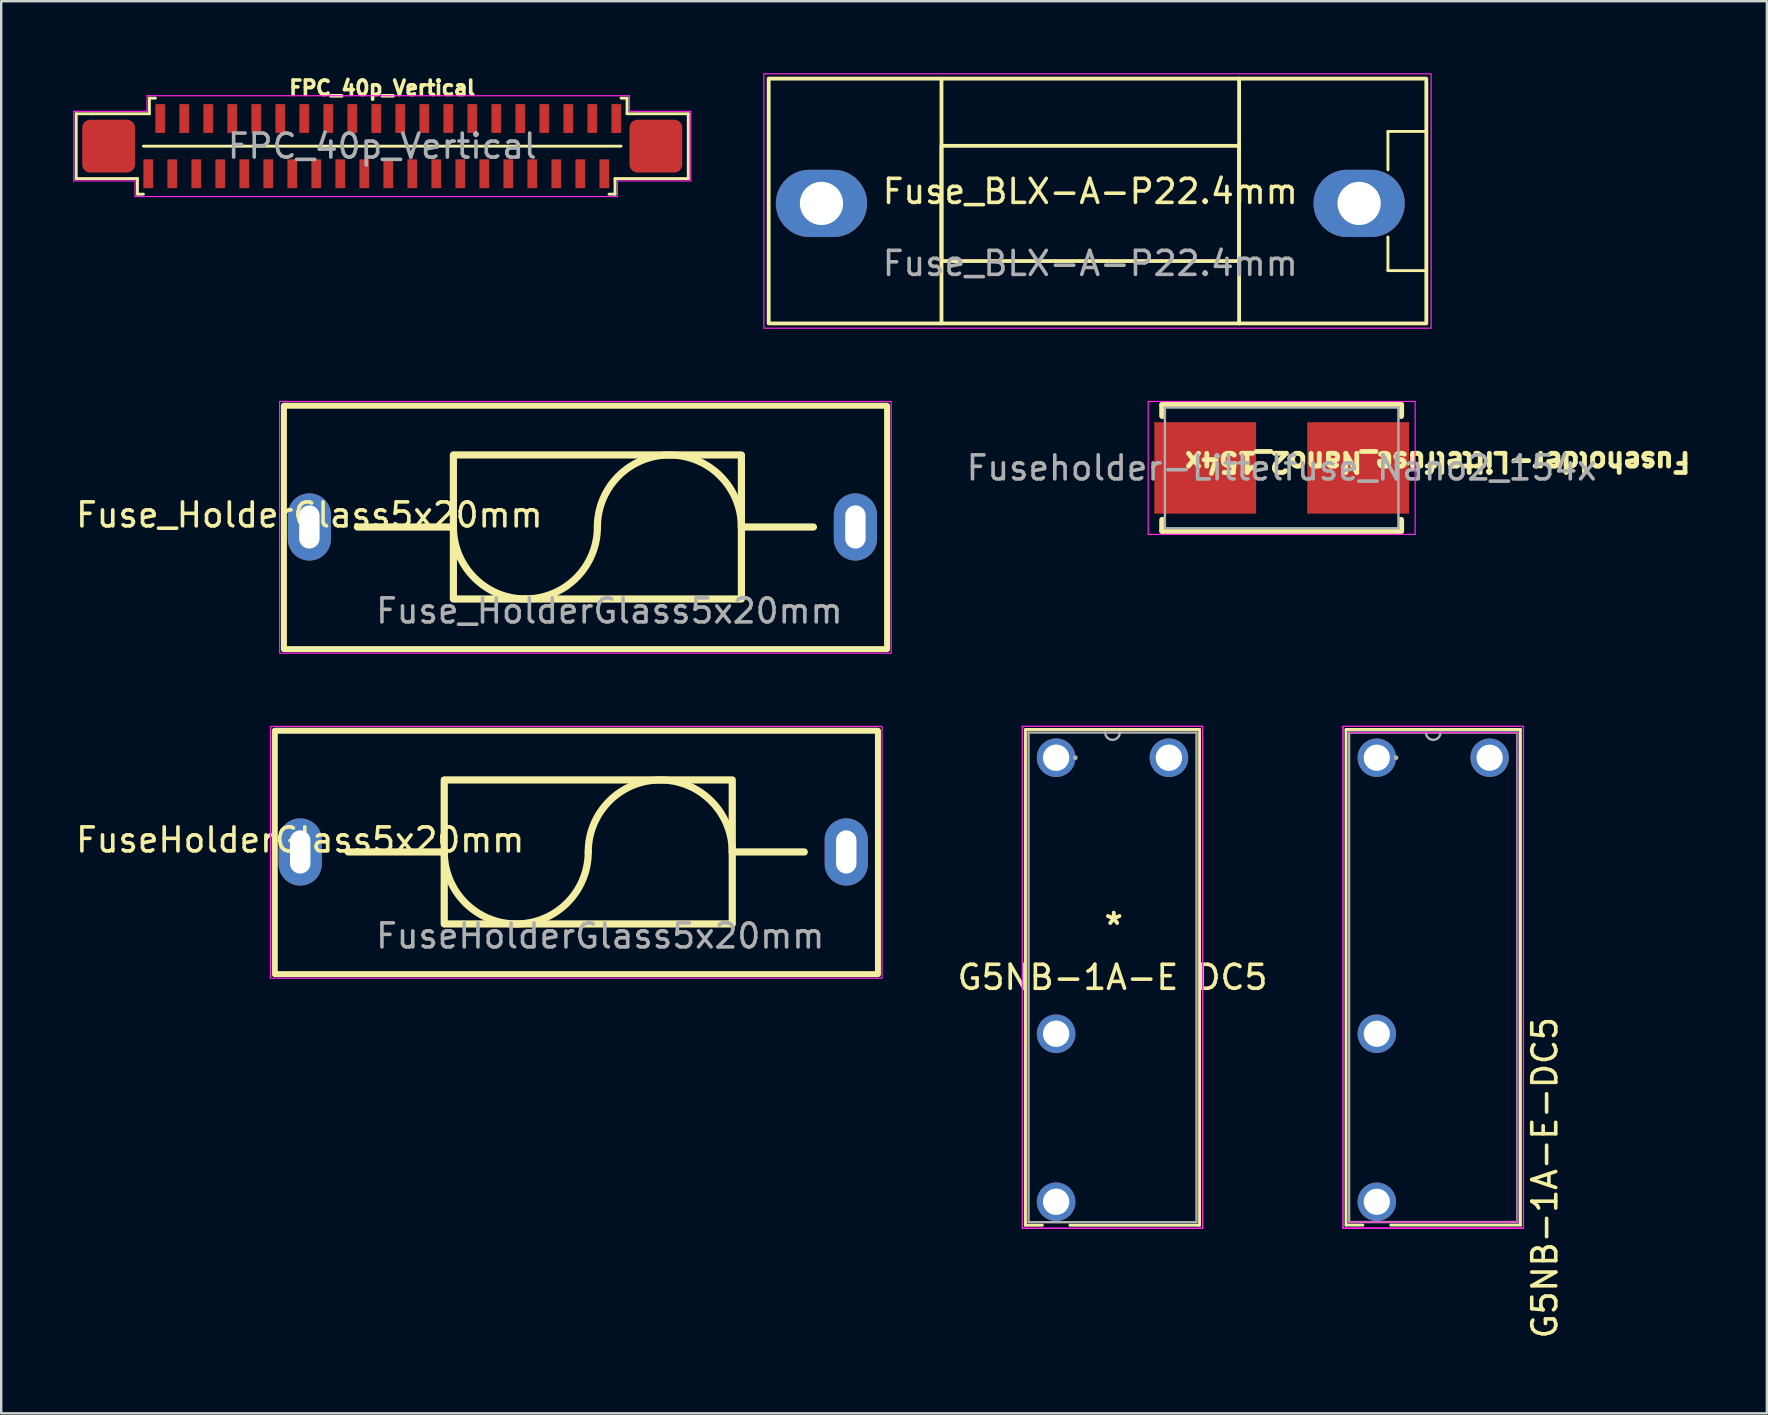
<source format=kicad_pcb>
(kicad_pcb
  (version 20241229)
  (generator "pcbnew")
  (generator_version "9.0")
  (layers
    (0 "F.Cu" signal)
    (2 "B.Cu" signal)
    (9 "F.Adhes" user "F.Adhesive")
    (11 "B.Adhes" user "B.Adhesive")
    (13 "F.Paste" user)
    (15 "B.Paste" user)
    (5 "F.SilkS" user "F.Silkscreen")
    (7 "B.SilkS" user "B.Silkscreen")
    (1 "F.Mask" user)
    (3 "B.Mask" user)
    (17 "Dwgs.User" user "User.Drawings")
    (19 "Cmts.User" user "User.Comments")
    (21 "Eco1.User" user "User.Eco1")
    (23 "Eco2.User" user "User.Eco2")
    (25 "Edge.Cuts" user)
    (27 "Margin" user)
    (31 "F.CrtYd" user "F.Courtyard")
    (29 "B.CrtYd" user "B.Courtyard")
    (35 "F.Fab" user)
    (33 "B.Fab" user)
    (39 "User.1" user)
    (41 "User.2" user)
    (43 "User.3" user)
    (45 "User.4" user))
  (footprint "Fuse_HolderGlass5x20mm"
    (layer "F.Cu")
    (at 9.839 18.905)
    (property "Reference" "Fuse_HolderGlass5x20mm" (at 0 -0.5 0) (unlocked yes) (layer "F.SilkS") (effects (font (size 1 1) (thickness 0.15))))
    (attr through_hole)
    (fp_line (start 6 0) (end 2 0) (stroke (width 0.3) (type solid)) (layer "F.SilkS"))
    (fp_line (start 18 0) (end 21 0) (stroke (width 0.3) (type solid)) (layer "F.SilkS"))
    (fp_rect (start -1.06 -5.05) (end 24.07 5.09) (stroke (width 0.25) (type solid)) (fill no) (layer "F.SilkS"))
    (fp_rect (start 6 -3) (end 18 3) (stroke (width 0.3) (type solid)) (fill no) (layer "F.SilkS"))
    (fp_arc (start 12 0) (mid 9 3) (end 6 0) (stroke (width 0.3) (type solid)) (layer "F.SilkS"))
    (fp_arc (start 12 0) (mid 15 -3) (end 18 0) (stroke (width 0.3) (type solid)) (layer "F.SilkS"))
    (fp_rect (start -1.24 -5.23) (end 24.24 5.26) (stroke (width 0.05) (type solid)) (fill no) (layer "F.CrtYd"))
    (fp_text user "${REFERENCE}" (at 12.5 3.5 0) (unlocked yes) (layer "F.Fab") (effects (font (size 1 1) (thickness 0.15))))
    (pad "1" thru_hole oval (at 0 0) (size 1.8 2.8) (drill oval 0.85 1.8) (layers "*.Cu" "*.Mask"))
    (pad "2" thru_hole oval (at 22.75 0) (size 1.8 2.8) (drill oval 0.85 1.8) (layers "*.Cu" "*.Mask")))
  (footprint "Fuse_BLX-A-P22.4mm"
    (layer "F.Cu")
    (at 42.375 5.425)
    (property "Reference" "Fuse_BLX-A-P22.4mm" (at 0 -0.5 0) (unlocked yes) (layer "F.SilkS") (effects (font (size 1 1) (thickness 0.15))))
    (attr through_hole)
    (fp_line (start -6.2 -5.2) (end -6.2 5) (stroke (width 0.159) (type solid)) (layer "F.SilkS"))
    (fp_line (start 6.2 -5.2) (end 6.2 5) (stroke (width 0.159) (type solid)) (layer "F.SilkS"))
    (fp_line (start 12.4 -3) (end 12.4 -1.4) (stroke (width 0.12) (type solid)) (layer "F.SilkS"))
    (fp_line (start 12.4 2.8) (end 12.4 1.4) (stroke (width 0.12) (type solid)) (layer "F.SilkS"))
    (fp_line (start 14 -3) (end 12.4 -3) (stroke (width 0.12) (type solid)) (layer "F.SilkS"))
    (fp_line (start 14 2.8) (end 12.4 2.8) (stroke (width 0.12) (type solid)) (layer "F.SilkS"))
    (fp_rect (start -13.4 -5.2) (end 14 5) (stroke (width 0.159) (type solid)) (fill no) (layer "F.SilkS"))
    (fp_rect (start -6.2 -2.4) (end 6.2 2.4) (stroke (width 0.159) (type solid)) (fill no) (layer "F.SilkS"))
    (fp_rect (start -13.6 -5.4) (end 14.2 5.2) (stroke (width 0.05) (type solid)) (fill no) (layer "F.CrtYd"))
    (fp_text user "${REFERENCE}" (at 0 2.5 0) (unlocked yes) (layer "F.Fab") (effects (font (size 1 1) (thickness 0.15))))
    (pad "1" thru_hole oval (at -11.2 0) (size 3.8 2.8) (drill 1.8) (layers "*.Cu" "*.Mask"))
    (pad "2" thru_hole oval (at 11.2 0) (size 3.8 2.8) (drill 1.8) (layers "*.Cu" "*.Mask")))
  (footprint "FuseHolderGlass5x20mm"
    (layer "F.Cu")
    (at 9.458 32.445)
    (property "Reference" "FuseHolderGlass5x20mm" (at 0 -0.5 0) (unlocked yes) (layer "F.SilkS") (effects (font (size 1 1) (thickness 0.15))))
    (attr through_hole)
    (fp_line (start 6 0) (end 2 0) (stroke (width 0.3) (type solid)) (layer "F.SilkS"))
    (fp_line (start 18 0) (end 21 0) (stroke (width 0.3) (type solid)) (layer "F.SilkS"))
    (fp_rect (start -1.06 -5.05) (end 24.07 5.09) (stroke (width 0.25) (type solid)) (fill no) (layer "F.SilkS"))
    (fp_rect (start 6 -3) (end 18 3) (stroke (width 0.3) (type solid)) (fill no) (layer "F.SilkS"))
    (fp_arc (start 12 0) (mid 9 3) (end 6 0) (stroke (width 0.3) (type solid)) (layer "F.SilkS"))
    (fp_arc (start 12 0) (mid 15 -3) (end 18 0) (stroke (width 0.3) (type solid)) (layer "F.SilkS"))
    (fp_rect (start -1.24 -5.23) (end 24.24 5.26) (stroke (width 0.05) (type solid)) (fill no) (layer "F.CrtYd"))
    (fp_text user "${REFERENCE}" (at 12.5 3.5 0) (unlocked yes) (layer "F.Fab") (effects (font (size 1 1) (thickness 0.15))))
    (pad "1" thru_hole oval (at 0 0) (size 1.8 2.8) (drill oval 0.85 1.8) (layers "*.Cu" "*.Mask"))
    (pad "2" thru_hole oval (at 22.75 0) (size 1.8 2.8) (drill oval 0.85 1.8) (layers "*.Cu" "*.Mask")))
  (footprint "FPC_40p_Vertical"
    (layer "F.Cu")
    (at 12.875 3.039)
    (property "Reference" "FPC_40p_Vertical" (at 0 -2.425 0) (unlocked yes) (layer "F.SilkS") (effects (font (size 0.6 0.6) (thickness 0.15))))
    (attr smd)
    (fp_line (start -12.75 -1.35) (end -9.7 -1.35) (stroke (width 0.12) (type solid)) (layer "F.SilkS"))
    (fp_line (start -12.75 1.35) (end -12.75 -1.35) (stroke (width 0.12) (type solid)) (layer "F.SilkS"))
    (fp_line (start -10.2 1.35) (end -12.75 1.35) (stroke (width 0.12) (type solid)) (layer "F.SilkS"))
    (fp_line (start -10.2 2) (end -10.2 1.35) (stroke (width 0.12) (type solid)) (layer "F.SilkS"))
    (fp_line (start -10.2 2) (end -9.95 2) (stroke (width 0.12) (type solid)) (layer "F.SilkS"))
    (fp_line (start -9.95 0) (end 9.95 0) (stroke (width 0.12) (type solid)) (layer "F.SilkS"))
    (fp_line (start -9.7 -2) (end -9.45 -2) (stroke (width 0.12) (type solid)) (layer "F.SilkS"))
    (fp_line (start -9.7 -1.35) (end -9.7 -2) (stroke (width 0.12) (type solid)) (layer "F.SilkS"))
    (fp_line (start 9.7 1.35) (end 12.75 1.35) (stroke (width 0.12) (type solid)) (layer "F.SilkS"))
    (fp_line (start 9.7 1.4) (end 9.7 1.35) (stroke (width 0.12) (type solid)) (layer "F.SilkS"))
    (fp_line (start 9.7 2) (end 9.45 2) (stroke (width 0.12) (type solid)) (layer "F.SilkS"))
    (fp_line (start 9.7 2) (end 9.7 1.4) (stroke (width 0.12) (type solid)) (layer "F.SilkS"))
    (fp_line (start 10.2 -2) (end 9.95 -2) (stroke (width 0.12) (type solid)) (layer "F.SilkS"))
    (fp_line (start 10.2 -1.35) (end 10.2 -2) (stroke (width 0.12) (type solid)) (layer "F.SilkS"))
    (fp_line (start 12.75 -1.35) (end 10.2 -1.35) (stroke (width 0.12) (type solid)) (layer "F.SilkS"))
    (fp_line (start 12.75 1.35) (end 12.75 -1.35) (stroke (width 0.12) (type solid)) (layer "F.SilkS"))
    (fp_line (start -12.85 -1.45) (end -9.8 -1.45) (stroke (width 0.05) (type solid)) (layer "F.CrtYd"))
    (fp_line (start -12.85 1.45) (end -12.85 -1.45) (stroke (width 0.05) (type solid)) (layer "F.CrtYd"))
    (fp_line (start -10.3 1.45) (end -12.85 1.45) (stroke (width 0.05) (type solid)) (layer "F.CrtYd"))
    (fp_line (start -10.3 2.1) (end -10.3 1.45) (stroke (width 0.05) (type solid)) (layer "F.CrtYd"))
    (fp_line (start -9.8 -2.1) (end 10.3 -2.1) (stroke (width 0.05) (type solid)) (layer "F.CrtYd"))
    (fp_line (start -9.8 -1.45) (end -9.8 -2.1) (stroke (width 0.05) (type solid)) (layer "F.CrtYd"))
    (fp_line (start 9.8 1.45) (end 9.8 2.1) (stroke (width 0.05) (type solid)) (layer "F.CrtYd"))
    (fp_line (start 9.8 2.1) (end -10.3 2.1) (stroke (width 0.05) (type solid)) (layer "F.CrtYd"))
    (fp_line (start 10.3 -2.1) (end 10.3 -1.45) (stroke (width 0.05) (type solid)) (layer "F.CrtYd"))
    (fp_line (start 10.3 -1.45) (end 12.85 -1.45) (stroke (width 0.05) (type solid)) (layer "F.CrtYd"))
    (fp_line (start 12.85 -1.45) (end 12.85 1.45) (stroke (width 0.05) (type solid)) (layer "F.CrtYd"))
    (fp_line (start 12.85 1.45) (end 9.8 1.45) (stroke (width 0.05) (type solid)) (layer "F.CrtYd"))
    (fp_text user "${REFERENCE}" (at 0 0 0) (unlocked yes) (layer "F.Fab") (effects (font (size 1 1) (thickness 0.15))))
    (pad "1" smd rect (at -9.75 1.15 90) (size 1.2 0.4) (layers "F.Cu" "F.Mask" "F.Paste"))
    (pad "2" smd rect (at -9.25 -1.15 90) (size 1.2 0.4) (layers "F.Cu" "F.Mask" "F.Paste"))
    (pad "3" smd rect (at -8.75 1.15 90) (size 1.2 0.4) (layers "F.Cu" "F.Mask" "F.Paste"))
    (pad "4" smd rect (at -8.25 -1.15 90) (size 1.2 0.4) (layers "F.Cu" "F.Mask" "F.Paste"))
    (pad "5" smd rect (at -7.75 1.15 90) (size 1.2 0.4) (layers "F.Cu" "F.Mask" "F.Paste"))
    (pad "6" smd rect (at -7.25 -1.15 90) (size 1.2 0.4) (layers "F.Cu" "F.Mask" "F.Paste"))
    (pad "7" smd rect (at -6.75 1.15 90) (size 1.2 0.4) (layers "F.Cu" "F.Mask" "F.Paste"))
    (pad "8" smd rect (at -6.25 -1.15 90) (size 1.2 0.4) (layers "F.Cu" "F.Mask" "F.Paste"))
    (pad "9" smd rect (at -5.75 1.15 90) (size 1.2 0.4) (layers "F.Cu" "F.Mask" "F.Paste"))
    (pad "10" smd rect (at -5.25 -1.15 90) (size 1.2 0.4) (layers "F.Cu" "F.Mask" "F.Paste"))
    (pad "11" smd rect (at -4.75 1.15 90) (size 1.2 0.4) (layers "F.Cu" "F.Mask" "F.Paste"))
    (pad "12" smd rect (at -4.25 -1.15 90) (size 1.2 0.4) (layers "F.Cu" "F.Mask" "F.Paste"))
    (pad "13" smd rect (at -3.75 1.15 90) (size 1.2 0.4) (layers "F.Cu" "F.Mask" "F.Paste"))
    (pad "14" smd rect (at -3.25 -1.15 90) (size 1.2 0.4) (layers "F.Cu" "F.Mask" "F.Paste"))
    (pad "15" smd rect (at -2.75 1.15 90) (size 1.2 0.4) (layers "F.Cu" "F.Mask" "F.Paste"))
    (pad "16" smd rect (at -2.25 -1.15 90) (size 1.2 0.4) (layers "F.Cu" "F.Mask" "F.Paste"))
    (pad "17" smd rect (at -1.75 1.15 90) (size 1.2 0.4) (layers "F.Cu" "F.Mask" "F.Paste"))
    (pad "18" smd rect (at -1.25 -1.15 90) (size 1.2 0.4) (layers "F.Cu" "F.Mask" "F.Paste"))
    (pad "19" smd rect (at -0.75 1.15 90) (size 1.2 0.4) (layers "F.Cu" "F.Mask" "F.Paste"))
    (pad "20" smd rect (at -0.25 -1.15 90) (size 1.2 0.4) (layers "F.Cu" "F.Mask" "F.Paste"))
    (pad "21" smd rect (at 0.25 1.15 90) (size 1.2 0.4) (layers "F.Cu" "F.Mask" "F.Paste"))
    (pad "22" smd rect (at 0.75 -1.15 90) (size 1.2 0.4) (layers "F.Cu" "F.Mask" "F.Paste"))
    (pad "23" smd rect (at 1.25 1.15 90) (size 1.2 0.4) (layers "F.Cu" "F.Mask" "F.Paste"))
    (pad "24" smd rect (at 1.75 -1.15 90) (size 1.2 0.4) (layers "F.Cu" "F.Mask" "F.Paste"))
    (pad "25" smd rect (at 2.25 1.15 90) (size 1.2 0.4) (layers "F.Cu" "F.Mask" "F.Paste"))
    (pad "26" smd rect (at 2.75 -1.15 90) (size 1.2 0.4) (layers "F.Cu" "F.Mask" "F.Paste"))
    (pad "27" smd rect (at 3.25 1.15 90) (size 1.2 0.4) (layers "F.Cu" "F.Mask" "F.Paste"))
    (pad "28" smd rect (at 3.75 -1.15 90) (size 1.2 0.4) (layers "F.Cu" "F.Mask" "F.Paste"))
    (pad "29" smd rect (at 4.25 1.15 90) (size 1.2 0.4) (layers "F.Cu" "F.Mask" "F.Paste"))
    (pad "30" smd rect (at 4.75 -1.15 90) (size 1.2 0.4) (layers "F.Cu" "F.Mask" "F.Paste"))
    (pad "31" smd rect (at 5.25 1.15 90) (size 1.2 0.4) (layers "F.Cu" "F.Mask" "F.Paste"))
    (pad "32" smd rect (at 5.75 -1.15 90) (size 1.2 0.4) (layers "F.Cu" "F.Mask" "F.Paste"))
    (pad "33" smd rect (at 6.25 1.15 90) (size 1.2 0.4) (layers "F.Cu" "F.Mask" "F.Paste"))
    (pad "34" smd rect (at 6.75 -1.15 90) (size 1.2 0.4) (layers "F.Cu" "F.Mask" "F.Paste"))
    (pad "35" smd rect (at 7.25 1.15 90) (size 1.2 0.4) (layers "F.Cu" "F.Mask" "F.Paste"))
    (pad "36" smd rect (at 7.75 -1.15 90) (size 1.2 0.4) (layers "F.Cu" "F.Mask" "F.Paste"))
    (pad "37" smd rect (at 8.25 1.15 90) (size 1.2 0.4) (layers "F.Cu" "F.Mask" "F.Paste"))
    (pad "38" smd rect (at 8.75 -1.15 90) (size 1.2 0.4) (layers "F.Cu" "F.Mask" "F.Paste"))
    (pad "39" smd rect (at 9.25 1.15 90) (size 1.2 0.4) (layers "F.Cu" "F.Mask" "F.Paste"))
    (pad "40" smd rect (at 9.75 -1.15 90) (size 1.2 0.4) (layers "F.Cu" "F.Mask" "F.Paste"))
    (pad "41" smd roundrect (at -11.4 0 90) (size 2.2 2.2) (layers "F.Cu" "F.Mask" "F.Paste") (roundrect_rratio 0.15))
    (pad "42" smd roundrect (at 11.4 0 90) (size 2.2 2.2) (layers "F.Cu" "F.Mask" "F.Paste") (roundrect_rratio 0.15)))
  (footprint "G5NB-1A-E-DC5"
    (layer "F.Cu")
    (at 56.812 38.019)
    (property "Reference" "G5NB-1A-E-DC5" (at 4.5 8 270) (layer "F.SilkS") (effects (font (size 1 1) (thickness 0.15))))
    (attr through_hole)
    (fp_line (start -3.782 -10.677) (end -3.782 9.973) (stroke (width 0.12) (type solid)) (layer "F.SilkS"))
    (fp_line (start -3.782 9.973) (end -3.08 9.973) (stroke (width 0.12) (type solid)) (layer "F.SilkS"))
    (fp_line (start -1.92 9.973) (end 3.482 9.973) (stroke (width 0.12) (type solid)) (layer "F.SilkS"))
    (fp_line (start 3.482 -10.677) (end -3.782 -10.677) (stroke (width 0.12) (type solid)) (layer "F.SilkS"))
    (fp_line (start 3.482 9.973) (end 3.482 -10.677) (stroke (width 0.12) (type solid)) (layer "F.SilkS"))
    (fp_line (start -3.909 -10.804) (end 3.609 -10.804) (stroke (width 0.05) (type solid)) (layer "F.CrtYd"))
    (fp_line (start -3.909 -10.804) (end 3.609 -10.804) (stroke (width 0.05) (type solid)) (layer "F.CrtYd"))
    (fp_line (start -3.909 10.1) (end -3.909 -10.804) (stroke (width 0.05) (type solid)) (layer "F.CrtYd"))
    (fp_line (start -3.909 10.1) (end -3.909 -10.804) (stroke (width 0.05) (type solid)) (layer "F.CrtYd"))
    (fp_line (start -3.655 -10.55) (end 3.355 -10.55) (stroke (width 0.05) (type solid)) (layer "F.CrtYd"))
    (fp_line (start 3.355 -10.55) (end 3.355 9.846) (stroke (width 0.05) (type solid)) (layer "F.CrtYd"))
    (fp_line (start 3.355 9.846) (end -3.655 9.846) (stroke (width 0.05) (type solid)) (layer "F.CrtYd"))
    (fp_line (start 3.609 -10.804) (end 3.609 10.1) (stroke (width 0.05) (type solid)) (layer "F.CrtYd"))
    (fp_line (start 3.609 -10.804) (end 3.609 10.1) (stroke (width 0.05) (type solid)) (layer "F.CrtYd"))
    (fp_line (start 3.609 10.1) (end -3.909 10.1) (stroke (width 0.05) (type solid)) (layer "F.CrtYd"))
    (fp_line (start 3.609 10.1) (end -3.909 10.1) (stroke (width 0.05) (type solid)) (layer "F.CrtYd"))
    (fp_line (start -3.655 -10.55) (end -3.655 9.846) (stroke (width 0.1) (type solid)) (layer "F.Fab"))
    (fp_line (start -3.655 9.846) (end 3.355 9.846) (stroke (width 0.1) (type solid)) (layer "F.Fab"))
    (fp_line (start 3.355 -10.55) (end -3.655 -10.55) (stroke (width 0.1) (type solid)) (layer "F.Fab"))
    (fp_line (start 3.355 9.846) (end 3.355 -10.55) (stroke (width 0.1) (type solid)) (layer "F.Fab"))
    (fp_arc (start 0.1548 -10.55) (mid -0.15 -10.2452) (end -0.4548 -10.55) (stroke (width 0.1) (type solid)) (layer "F.Fab"))
    (fp_circle (center -1.7 -9.5) (end -1.7 -9.5) (stroke (width 0.1) (type solid)) (fill no) (layer "F.Fab"))
    (pad "1" thru_hole circle (at -2.5 -9.5) (size 1.6 1.6) (drill 1.092) (layers "*.Cu" "*.Mask"))
    (pad "2" thru_hole circle (at -2.5 2) (size 1.6 1.6) (drill 1.092) (layers "*.Cu" "*.Mask"))
    (pad "3" thru_hole circle (at -2.5 9) (size 1.6 1.6) (drill 1.092) (layers "*.Cu" "*.Mask"))
    (pad "4" thru_hole circle (at 2.2 -9.5) (size 1.6 1.6) (drill 1.092) (layers "*.Cu" "*.Mask")))
  (footprint "Fuseholder-Littelfuse_Nano2_154x"
    (layer "F.Cu")
    (at 50.348 16.445)
    (property "Reference" "Fuseholder-Littelfuse_Nano2_154x" (at 6.5 -0.25 180) (unlocked yes) (layer "F.SilkS") (effects (font (size 0.8 0.8) (thickness 0.3))))
    (attr smd)
    (fp_line (start -4.975 -2.625) (end -4.975 -2.165) (stroke (width 0.25) (type solid)) (layer "F.SilkS"))
    (fp_line (start -4.975 -2.625) (end 4.975 -2.625) (stroke (width 0.25) (type solid)) (layer "F.SilkS"))
    (fp_line (start -4.975 2.165) (end -4.975 2.625) (stroke (width 0.25) (type solid)) (layer "F.SilkS"))
    (fp_line (start -4.975 2.625) (end 4.975 2.625) (stroke (width 0.25) (type solid)) (layer "F.SilkS"))
    (fp_line (start 4.975 -2.625) (end 4.975 -2.165) (stroke (width 0.25) (type solid)) (layer "F.SilkS"))
    (fp_line (start 4.975 2.625) (end 4.975 2.165) (stroke (width 0.25) (type solid)) (layer "F.SilkS"))
    (fp_line (start -5.56 -2.77) (end -5.56 2.77) (stroke (width 0.05) (type solid)) (layer "F.CrtYd"))
    (fp_line (start -5.56 -2.77) (end 5.56 -2.77) (stroke (width 0.05) (type solid)) (layer "F.CrtYd"))
    (fp_line (start -5.56 2.77) (end 5.56 2.77) (stroke (width 0.05) (type solid)) (layer "F.CrtYd"))
    (fp_line (start 5.56 -2.77) (end 5.56 2.77) (stroke (width 0.05) (type solid)) (layer "F.CrtYd"))
    (fp_line (start -4.865 -2.515) (end -4.865 2.515) (stroke (width 0.1) (type solid)) (layer "F.Fab"))
    (fp_line (start -4.865 -2.515) (end 4.865 -2.515) (stroke (width 0.1) (type solid)) (layer "F.Fab"))
    (fp_line (start -4.865 2.515) (end 4.865 2.515) (stroke (width 0.1) (type solid)) (layer "F.Fab"))
    (fp_line (start 4.865 2.515) (end 4.865 -2.515) (stroke (width 0.1) (type solid)) (layer "F.Fab"))
    (fp_text user "${REFERENCE}" (at 0 0 180) (layer "F.Fab") (effects (font (size 1 1) (thickness 0.15))))
    (pad "1" smd rect (at -3.185 0) (size 4.24 3.81) (layers "F.Cu" "F.Mask" "F.Paste"))
    (pad "2" smd rect (at 3.185 0) (size 4.24 3.81) (layers "F.Cu" "F.Mask" "F.Paste")))
  (footprint "G5NB-1A-E DC5"
    (layer "F.Cu")
    (at 45.651 46.819)
    (property "Reference" "G5NB-1A-E DC5" (at -2.35 -9.15 0) (layer "F.SilkS") (effects (font (size 1 1) (thickness 0.15))))
    (attr through_hole)
    (fp_line (start -5.977 -19.477) (end -5.977 1.177) (stroke (width 0.12) (type solid)) (layer "F.SilkS"))
    (fp_line (start -5.977 1.177) (end -5.273 1.177) (stroke (width 0.12) (type solid)) (layer "F.SilkS"))
    (fp_line (start -4.127 1.177) (end 1.277 1.177) (stroke (width 0.12) (type solid)) (layer "F.SilkS"))
    (fp_line (start 1.277 -19.477) (end -5.977 -19.477) (stroke (width 0.12) (type solid)) (layer "F.SilkS"))
    (fp_line (start 1.277 1.177) (end 1.277 -19.477) (stroke (width 0.12) (type solid)) (layer "F.SilkS"))
    (fp_line (start -6.104 -19.604) (end 1.404 -19.604) (stroke (width 0.05) (type solid)) (layer "F.CrtYd"))
    (fp_line (start -6.104 -19.604) (end 1.404 -19.604) (stroke (width 0.05) (type solid)) (layer "F.CrtYd"))
    (fp_line (start -6.104 1.304) (end -6.104 -19.604) (stroke (width 0.05) (type solid)) (layer "F.CrtYd"))
    (fp_line (start -6.104 1.304) (end -6.104 -19.604) (stroke (width 0.05) (type solid)) (layer "F.CrtYd"))
    (fp_line (start 1.404 -19.604) (end 1.404 1.304) (stroke (width 0.05) (type solid)) (layer "F.CrtYd"))
    (fp_line (start 1.404 -19.604) (end 1.404 1.304) (stroke (width 0.05) (type solid)) (layer "F.CrtYd"))
    (fp_line (start 1.404 1.304) (end -6.104 1.304) (stroke (width 0.05) (type solid)) (layer "F.CrtYd"))
    (fp_line (start 1.404 1.304) (end -6.104 1.304) (stroke (width 0.05) (type solid)) (layer "F.CrtYd"))
    (fp_line (start -5.85 -19.35) (end -5.85 1.05) (stroke (width 0.1) (type solid)) (layer "F.Fab"))
    (fp_line (start -5.85 1.05) (end 1.15 1.05) (stroke (width 0.1) (type solid)) (layer "F.Fab"))
    (fp_line (start 1.15 -19.35) (end -5.85 -19.35) (stroke (width 0.1) (type solid)) (layer "F.Fab"))
    (fp_line (start 1.15 1.05) (end 1.15 -19.35) (stroke (width 0.1) (type solid)) (layer "F.Fab"))
    (fp_arc (start -2.0452 -19.35) (mid -2.35 -19.0452) (end -2.6548 -19.35) (stroke (width 0.1) (type solid)) (layer "F.Fab"))
    (fp_circle (center -3.9 -18.3) (end -3.9 -18.3) (stroke (width 0.1) (type solid)) (fill no) (layer "F.Fab"))
    (fp_text user "*" (at -2.3 -11.3 0) (layer "F.SilkS") (effects (font (size 1 1) (thickness 0.15))))
    (fp_text user "*" (at -2.3 -11.3 0) (layer "F.SilkS") (effects (font (size 1 1) (thickness 0.15))))
    (fp_text user "Copyright 2021 Accelerated Designs. All rights reserved." (at 0 0 0) (layer "Cmts.User") (effects (font (size 0.127 0.127) (thickness 0.002))))
    (pad "1" thru_hole circle (at -4.7 -18.3) (size 1.608 1.608) (drill 1.1) (layers "*.Cu" "*.Mask"))
    (pad "2" thru_hole circle (at -4.7 -6.8) (size 1.608 1.608) (drill 1.1) (layers "*.Cu" "*.Mask"))
    (pad "3" thru_hole circle (at -4.7 0.2) (size 1.608 1.608) (drill 1.1) (layers "*.Cu" "*.Mask"))
    (pad "4" thru_hole circle (at 0 -18.3) (size 1.608 1.608) (drill 1.1) (layers "*.Cu" "*.Mask")))
  (gr_rect
    (start -3 -3)
    (end 70.564 55.834)
    (stroke (width 0.1) (type default))
    (fill no)
    (layer "Edge.Cuts")))
</source>
